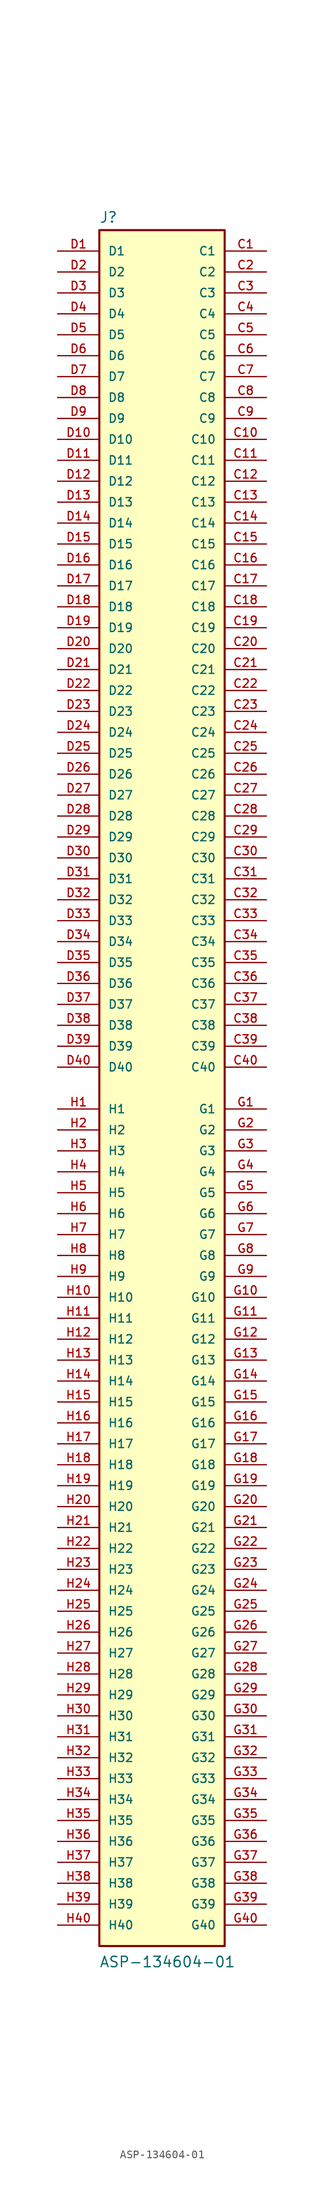
<source format=kicad_sym>
(kicad_symbol_lib
  (version 20231120)
  (generator "kicad_symbol_editor")
  (generator_version "8.0")
  (symbol "ASP-134604-01"
    (pin_names
      (offset 1.016))
    (property "Reference" "J"
      (at -7.632 104.939 0)
      (effects (font (size 1.27 1.27)) (justify left bottom)))
    (property "Value" "ASP-134604-01"
      (at -7.63 -106.813 0)
      (effects (font (size 1.27 1.27)) (justify left bottom)))
    (symbol "ASP-134604-01_0_0"
      (rectangle (start -7.62 -104.14) (end 7.62 104.14) (stroke (width 0.254) (type default)) (fill (type background)))
      (pin passive line (at 12.7 101.6 180) (length 5.08) (name "C1" (effects (font (size 1.016 1.016)))) (number "C1" (effects (font (size 1.016 1.016)))))
      (pin passive line (at 12.7 78.74 180) (length 5.08) (name "C10" (effects (font (size 1.016 1.016)))) (number "C10" (effects (font (size 1.016 1.016)))))
      (pin passive line (at 12.7 76.2 180) (length 5.08) (name "C11" (effects (font (size 1.016 1.016)))) (number "C11" (effects (font (size 1.016 1.016)))))
      (pin passive line (at 12.7 73.66 180) (length 5.08) (name "C12" (effects (font (size 1.016 1.016)))) (number "C12" (effects (font (size 1.016 1.016)))))
      (pin passive line (at 12.7 71.12 180) (length 5.08) (name "C13" (effects (font (size 1.016 1.016)))) (number "C13" (effects (font (size 1.016 1.016)))))
      (pin passive line (at 12.7 68.58 180) (length 5.08) (name "C14" (effects (font (size 1.016 1.016)))) (number "C14" (effects (font (size 1.016 1.016)))))
      (pin passive line (at 12.7 66.04 180) (length 5.08) (name "C15" (effects (font (size 1.016 1.016)))) (number "C15" (effects (font (size 1.016 1.016)))))
      (pin passive line (at 12.7 63.5 180) (length 5.08) (name "C16" (effects (font (size 1.016 1.016)))) (number "C16" (effects (font (size 1.016 1.016)))))
      (pin passive line (at 12.7 60.96 180) (length 5.08) (name "C17" (effects (font (size 1.016 1.016)))) (number "C17" (effects (font (size 1.016 1.016)))))
      (pin passive line (at 12.7 58.42 180) (length 5.08) (name "C18" (effects (font (size 1.016 1.016)))) (number "C18" (effects (font (size 1.016 1.016)))))
      (pin passive line (at 12.7 55.88 180) (length 5.08) (name "C19" (effects (font (size 1.016 1.016)))) (number "C19" (effects (font (size 1.016 1.016)))))
      (pin passive line (at 12.7 99.06 180) (length 5.08) (name "C2" (effects (font (size 1.016 1.016)))) (number "C2" (effects (font (size 1.016 1.016)))))
      (pin passive line (at 12.7 53.34 180) (length 5.08) (name "C20" (effects (font (size 1.016 1.016)))) (number "C20" (effects (font (size 1.016 1.016)))))
      (pin passive line (at 12.7 50.8 180) (length 5.08) (name "C21" (effects (font (size 1.016 1.016)))) (number "C21" (effects (font (size 1.016 1.016)))))
      (pin passive line (at 12.7 48.26 180) (length 5.08) (name "C22" (effects (font (size 1.016 1.016)))) (number "C22" (effects (font (size 1.016 1.016)))))
      (pin passive line (at 12.7 45.72 180) (length 5.08) (name "C23" (effects (font (size 1.016 1.016)))) (number "C23" (effects (font (size 1.016 1.016)))))
      (pin passive line (at 12.7 43.18 180) (length 5.08) (name "C24" (effects (font (size 1.016 1.016)))) (number "C24" (effects (font (size 1.016 1.016)))))
      (pin passive line (at 12.7 40.64 180) (length 5.08) (name "C25" (effects (font (size 1.016 1.016)))) (number "C25" (effects (font (size 1.016 1.016)))))
      (pin passive line (at 12.7 38.1 180) (length 5.08) (name "C26" (effects (font (size 1.016 1.016)))) (number "C26" (effects (font (size 1.016 1.016)))))
      (pin passive line (at 12.7 35.56 180) (length 5.08) (name "C27" (effects (font (size 1.016 1.016)))) (number "C27" (effects (font (size 1.016 1.016)))))
      (pin passive line (at 12.7 33.02 180) (length 5.08) (name "C28" (effects (font (size 1.016 1.016)))) (number "C28" (effects (font (size 1.016 1.016)))))
      (pin passive line (at 12.7 30.48 180) (length 5.08) (name "C29" (effects (font (size 1.016 1.016)))) (number "C29" (effects (font (size 1.016 1.016)))))
      (pin passive line (at 12.7 96.52 180) (length 5.08) (name "C3" (effects (font (size 1.016 1.016)))) (number "C3" (effects (font (size 1.016 1.016)))))
      (pin passive line (at 12.7 27.94 180) (length 5.08) (name "C30" (effects (font (size 1.016 1.016)))) (number "C30" (effects (font (size 1.016 1.016)))))
      (pin passive line (at 12.7 25.4 180) (length 5.08) (name "C31" (effects (font (size 1.016 1.016)))) (number "C31" (effects (font (size 1.016 1.016)))))
      (pin passive line (at 12.7 22.86 180) (length 5.08) (name "C32" (effects (font (size 1.016 1.016)))) (number "C32" (effects (font (size 1.016 1.016)))))
      (pin passive line (at 12.7 20.32 180) (length 5.08) (name "C33" (effects (font (size 1.016 1.016)))) (number "C33" (effects (font (size 1.016 1.016)))))
      (pin passive line (at 12.7 17.78 180) (length 5.08) (name "C34" (effects (font (size 1.016 1.016)))) (number "C34" (effects (font (size 1.016 1.016)))))
      (pin passive line (at 12.7 15.24 180) (length 5.08) (name "C35" (effects (font (size 1.016 1.016)))) (number "C35" (effects (font (size 1.016 1.016)))))
      (pin passive line (at 12.7 12.7 180) (length 5.08) (name "C36" (effects (font (size 1.016 1.016)))) (number "C36" (effects (font (size 1.016 1.016)))))
      (pin passive line (at 12.7 10.16 180) (length 5.08) (name "C37" (effects (font (size 1.016 1.016)))) (number "C37" (effects (font (size 1.016 1.016)))))
      (pin passive line (at 12.7 7.62 180) (length 5.08) (name "C38" (effects (font (size 1.016 1.016)))) (number "C38" (effects (font (size 1.016 1.016)))))
      (pin passive line (at 12.7 5.08 180) (length 5.08) (name "C39" (effects (font (size 1.016 1.016)))) (number "C39" (effects (font (size 1.016 1.016)))))
      (pin passive line (at 12.7 93.98 180) (length 5.08) (name "C4" (effects (font (size 1.016 1.016)))) (number "C4" (effects (font (size 1.016 1.016)))))
      (pin passive line (at 12.7 2.54 180) (length 5.08) (name "C40" (effects (font (size 1.016 1.016)))) (number "C40" (effects (font (size 1.016 1.016)))))
      (pin passive line (at 12.7 91.44 180) (length 5.08) (name "C5" (effects (font (size 1.016 1.016)))) (number "C5" (effects (font (size 1.016 1.016)))))
      (pin passive line (at 12.7 88.9 180) (length 5.08) (name "C6" (effects (font (size 1.016 1.016)))) (number "C6" (effects (font (size 1.016 1.016)))))
      (pin passive line (at 12.7 86.36 180) (length 5.08) (name "C7" (effects (font (size 1.016 1.016)))) (number "C7" (effects (font (size 1.016 1.016)))))
      (pin passive line (at 12.7 83.82 180) (length 5.08) (name "C8" (effects (font (size 1.016 1.016)))) (number "C8" (effects (font (size 1.016 1.016)))))
      (pin passive line (at 12.7 81.28 180) (length 5.08) (name "C9" (effects (font (size 1.016 1.016)))) (number "C9" (effects (font (size 1.016 1.016)))))
      (pin passive line (at -12.7 101.6 0) (length 5.08) (name "D1" (effects (font (size 1.016 1.016)))) (number "D1" (effects (font (size 1.016 1.016)))))
      (pin passive line (at -12.7 78.74 0) (length 5.08) (name "D10" (effects (font (size 1.016 1.016)))) (number "D10" (effects (font (size 1.016 1.016)))))
      (pin passive line (at -12.7 76.2 0) (length 5.08) (name "D11" (effects (font (size 1.016 1.016)))) (number "D11" (effects (font (size 1.016 1.016)))))
      (pin passive line (at -12.7 73.66 0) (length 5.08) (name "D12" (effects (font (size 1.016 1.016)))) (number "D12" (effects (font (size 1.016 1.016)))))
      (pin passive line (at -12.7 71.12 0) (length 5.08) (name "D13" (effects (font (size 1.016 1.016)))) (number "D13" (effects (font (size 1.016 1.016)))))
      (pin passive line (at -12.7 68.58 0) (length 5.08) (name "D14" (effects (font (size 1.016 1.016)))) (number "D14" (effects (font (size 1.016 1.016)))))
      (pin passive line (at -12.7 66.04 0) (length 5.08) (name "D15" (effects (font (size 1.016 1.016)))) (number "D15" (effects (font (size 1.016 1.016)))))
      (pin passive line (at -12.7 63.5 0) (length 5.08) (name "D16" (effects (font (size 1.016 1.016)))) (number "D16" (effects (font (size 1.016 1.016)))))
      (pin passive line (at -12.7 60.96 0) (length 5.08) (name "D17" (effects (font (size 1.016 1.016)))) (number "D17" (effects (font (size 1.016 1.016)))))
      (pin passive line (at -12.7 58.42 0) (length 5.08) (name "D18" (effects (font (size 1.016 1.016)))) (number "D18" (effects (font (size 1.016 1.016)))))
      (pin passive line (at -12.7 55.88 0) (length 5.08) (name "D19" (effects (font (size 1.016 1.016)))) (number "D19" (effects (font (size 1.016 1.016)))))
      (pin passive line (at -12.7 99.06 0) (length 5.08) (name "D2" (effects (font (size 1.016 1.016)))) (number "D2" (effects (font (size 1.016 1.016)))))
      (pin passive line (at -12.7 53.34 0) (length 5.08) (name "D20" (effects (font (size 1.016 1.016)))) (number "D20" (effects (font (size 1.016 1.016)))))
      (pin passive line (at -12.7 50.8 0) (length 5.08) (name "D21" (effects (font (size 1.016 1.016)))) (number "D21" (effects (font (size 1.016 1.016)))))
      (pin passive line (at -12.7 48.26 0) (length 5.08) (name "D22" (effects (font (size 1.016 1.016)))) (number "D22" (effects (font (size 1.016 1.016)))))
      (pin passive line (at -12.7 45.72 0) (length 5.08) (name "D23" (effects (font (size 1.016 1.016)))) (number "D23" (effects (font (size 1.016 1.016)))))
      (pin passive line (at -12.7 43.18 0) (length 5.08) (name "D24" (effects (font (size 1.016 1.016)))) (number "D24" (effects (font (size 1.016 1.016)))))
      (pin passive line (at -12.7 40.64 0) (length 5.08) (name "D25" (effects (font (size 1.016 1.016)))) (number "D25" (effects (font (size 1.016 1.016)))))
      (pin passive line (at -12.7 38.1 0) (length 5.08) (name "D26" (effects (font (size 1.016 1.016)))) (number "D26" (effects (font (size 1.016 1.016)))))
      (pin passive line (at -12.7 35.56 0) (length 5.08) (name "D27" (effects (font (size 1.016 1.016)))) (number "D27" (effects (font (size 1.016 1.016)))))
      (pin passive line (at -12.7 33.02 0) (length 5.08) (name "D28" (effects (font (size 1.016 1.016)))) (number "D28" (effects (font (size 1.016 1.016)))))
      (pin passive line (at -12.7 30.48 0) (length 5.08) (name "D29" (effects (font (size 1.016 1.016)))) (number "D29" (effects (font (size 1.016 1.016)))))
      (pin passive line (at -12.7 96.52 0) (length 5.08) (name "D3" (effects (font (size 1.016 1.016)))) (number "D3" (effects (font (size 1.016 1.016)))))
      (pin passive line (at -12.7 27.94 0) (length 5.08) (name "D30" (effects (font (size 1.016 1.016)))) (number "D30" (effects (font (size 1.016 1.016)))))
      (pin passive line (at -12.7 25.4 0) (length 5.08) (name "D31" (effects (font (size 1.016 1.016)))) (number "D31" (effects (font (size 1.016 1.016)))))
      (pin passive line (at -12.7 22.86 0) (length 5.08) (name "D32" (effects (font (size 1.016 1.016)))) (number "D32" (effects (font (size 1.016 1.016)))))
      (pin passive line (at -12.7 20.32 0) (length 5.08) (name "D33" (effects (font (size 1.016 1.016)))) (number "D33" (effects (font (size 1.016 1.016)))))
      (pin passive line (at -12.7 17.78 0) (length 5.08) (name "D34" (effects (font (size 1.016 1.016)))) (number "D34" (effects (font (size 1.016 1.016)))))
      (pin passive line (at -12.7 15.24 0) (length 5.08) (name "D35" (effects (font (size 1.016 1.016)))) (number "D35" (effects (font (size 1.016 1.016)))))
      (pin passive line (at -12.7 12.7 0) (length 5.08) (name "D36" (effects (font (size 1.016 1.016)))) (number "D36" (effects (font (size 1.016 1.016)))))
      (pin passive line (at -12.7 10.16 0) (length 5.08) (name "D37" (effects (font (size 1.016 1.016)))) (number "D37" (effects (font (size 1.016 1.016)))))
      (pin passive line (at -12.7 7.62 0) (length 5.08) (name "D38" (effects (font (size 1.016 1.016)))) (number "D38" (effects (font (size 1.016 1.016)))))
      (pin passive line (at -12.7 5.08 0) (length 5.08) (name "D39" (effects (font (size 1.016 1.016)))) (number "D39" (effects (font (size 1.016 1.016)))))
      (pin passive line (at -12.7 93.98 0) (length 5.08) (name "D4" (effects (font (size 1.016 1.016)))) (number "D4" (effects (font (size 1.016 1.016)))))
      (pin passive line (at -12.7 2.54 0) (length 5.08) (name "D40" (effects (font (size 1.016 1.016)))) (number "D40" (effects (font (size 1.016 1.016)))))
      (pin passive line (at -12.7 91.44 0) (length 5.08) (name "D5" (effects (font (size 1.016 1.016)))) (number "D5" (effects (font (size 1.016 1.016)))))
      (pin passive line (at -12.7 88.9 0) (length 5.08) (name "D6" (effects (font (size 1.016 1.016)))) (number "D6" (effects (font (size 1.016 1.016)))))
      (pin passive line (at -12.7 86.36 0) (length 5.08) (name "D7" (effects (font (size 1.016 1.016)))) (number "D7" (effects (font (size 1.016 1.016)))))
      (pin passive line (at -12.7 83.82 0) (length 5.08) (name "D8" (effects (font (size 1.016 1.016)))) (number "D8" (effects (font (size 1.016 1.016)))))
      (pin passive line (at -12.7 81.28 0) (length 5.08) (name "D9" (effects (font (size 1.016 1.016)))) (number "D9" (effects (font (size 1.016 1.016)))))
      (pin passive line (at 12.7 -2.54 180) (length 5.08) (name "G1" (effects (font (size 1.016 1.016)))) (number "G1" (effects (font (size 1.016 1.016)))))
      (pin passive line (at 12.7 -25.4 180) (length 5.08) (name "G10" (effects (font (size 1.016 1.016)))) (number "G10" (effects (font (size 1.016 1.016)))))
      (pin passive line (at 12.7 -27.94 180) (length 5.08) (name "G11" (effects (font (size 1.016 1.016)))) (number "G11" (effects (font (size 1.016 1.016)))))
      (pin passive line (at 12.7 -30.48 180) (length 5.08) (name "G12" (effects (font (size 1.016 1.016)))) (number "G12" (effects (font (size 1.016 1.016)))))
      (pin passive line (at 12.7 -33.02 180) (length 5.08) (name "G13" (effects (font (size 1.016 1.016)))) (number "G13" (effects (font (size 1.016 1.016)))))
      (pin passive line (at 12.7 -35.56 180) (length 5.08) (name "G14" (effects (font (size 1.016 1.016)))) (number "G14" (effects (font (size 1.016 1.016)))))
      (pin passive line (at 12.7 -38.1 180) (length 5.08) (name "G15" (effects (font (size 1.016 1.016)))) (number "G15" (effects (font (size 1.016 1.016)))))
      (pin passive line (at 12.7 -40.64 180) (length 5.08) (name "G16" (effects (font (size 1.016 1.016)))) (number "G16" (effects (font (size 1.016 1.016)))))
      (pin passive line (at 12.7 -43.18 180) (length 5.08) (name "G17" (effects (font (size 1.016 1.016)))) (number "G17" (effects (font (size 1.016 1.016)))))
      (pin passive line (at 12.7 -45.72 180) (length 5.08) (name "G18" (effects (font (size 1.016 1.016)))) (number "G18" (effects (font (size 1.016 1.016)))))
      (pin passive line (at 12.7 -48.26 180) (length 5.08) (name "G19" (effects (font (size 1.016 1.016)))) (number "G19" (effects (font (size 1.016 1.016)))))
      (pin passive line (at 12.7 -5.08 180) (length 5.08) (name "G2" (effects (font (size 1.016 1.016)))) (number "G2" (effects (font (size 1.016 1.016)))))
      (pin passive line (at 12.7 -50.8 180) (length 5.08) (name "G20" (effects (font (size 1.016 1.016)))) (number "G20" (effects (font (size 1.016 1.016)))))
      (pin passive line (at 12.7 -53.34 180) (length 5.08) (name "G21" (effects (font (size 1.016 1.016)))) (number "G21" (effects (font (size 1.016 1.016)))))
      (pin passive line (at 12.7 -55.88 180) (length 5.08) (name "G22" (effects (font (size 1.016 1.016)))) (number "G22" (effects (font (size 1.016 1.016)))))
      (pin passive line (at 12.7 -58.42 180) (length 5.08) (name "G23" (effects (font (size 1.016 1.016)))) (number "G23" (effects (font (size 1.016 1.016)))))
      (pin passive line (at 12.7 -60.96 180) (length 5.08) (name "G24" (effects (font (size 1.016 1.016)))) (number "G24" (effects (font (size 1.016 1.016)))))
      (pin passive line (at 12.7 -63.5 180) (length 5.08) (name "G25" (effects (font (size 1.016 1.016)))) (number "G25" (effects (font (size 1.016 1.016)))))
      (pin passive line (at 12.7 -66.04 180) (length 5.08) (name "G26" (effects (font (size 1.016 1.016)))) (number "G26" (effects (font (size 1.016 1.016)))))
      (pin passive line (at 12.7 -68.58 180) (length 5.08) (name "G27" (effects (font (size 1.016 1.016)))) (number "G27" (effects (font (size 1.016 1.016)))))
      (pin passive line (at 12.7 -71.12 180) (length 5.08) (name "G28" (effects (font (size 1.016 1.016)))) (number "G28" (effects (font (size 1.016 1.016)))))
      (pin passive line (at 12.7 -73.66 180) (length 5.08) (name "G29" (effects (font (size 1.016 1.016)))) (number "G29" (effects (font (size 1.016 1.016)))))
      (pin passive line (at 12.7 -7.62 180) (length 5.08) (name "G3" (effects (font (size 1.016 1.016)))) (number "G3" (effects (font (size 1.016 1.016)))))
      (pin passive line (at 12.7 -76.2 180) (length 5.08) (name "G30" (effects (font (size 1.016 1.016)))) (number "G30" (effects (font (size 1.016 1.016)))))
      (pin passive line (at 12.7 -78.74 180) (length 5.08) (name "G31" (effects (font (size 1.016 1.016)))) (number "G31" (effects (font (size 1.016 1.016)))))
      (pin passive line (at 12.7 -81.28 180) (length 5.08) (name "G32" (effects (font (size 1.016 1.016)))) (number "G32" (effects (font (size 1.016 1.016)))))
      (pin passive line (at 12.7 -83.82 180) (length 5.08) (name "G33" (effects (font (size 1.016 1.016)))) (number "G33" (effects (font (size 1.016 1.016)))))
      (pin passive line (at 12.7 -86.36 180) (length 5.08) (name "G34" (effects (font (size 1.016 1.016)))) (number "G34" (effects (font (size 1.016 1.016)))))
      (pin passive line (at 12.7 -88.9 180) (length 5.08) (name "G35" (effects (font (size 1.016 1.016)))) (number "G35" (effects (font (size 1.016 1.016)))))
      (pin passive line (at 12.7 -91.44 180) (length 5.08) (name "G36" (effects (font (size 1.016 1.016)))) (number "G36" (effects (font (size 1.016 1.016)))))
      (pin passive line (at 12.7 -93.98 180) (length 5.08) (name "G37" (effects (font (size 1.016 1.016)))) (number "G37" (effects (font (size 1.016 1.016)))))
      (pin passive line (at 12.7 -96.52 180) (length 5.08) (name "G38" (effects (font (size 1.016 1.016)))) (number "G38" (effects (font (size 1.016 1.016)))))
      (pin passive line (at 12.7 -99.06 180) (length 5.08) (name "G39" (effects (font (size 1.016 1.016)))) (number "G39" (effects (font (size 1.016 1.016)))))
      (pin passive line (at 12.7 -10.16 180) (length 5.08) (name "G4" (effects (font (size 1.016 1.016)))) (number "G4" (effects (font (size 1.016 1.016)))))
      (pin passive line (at 12.7 -101.6 180) (length 5.08) (name "G40" (effects (font (size 1.016 1.016)))) (number "G40" (effects (font (size 1.016 1.016)))))
      (pin passive line (at 12.7 -12.7 180) (length 5.08) (name "G5" (effects (font (size 1.016 1.016)))) (number "G5" (effects (font (size 1.016 1.016)))))
      (pin passive line (at 12.7 -15.24 180) (length 5.08) (name "G6" (effects (font (size 1.016 1.016)))) (number "G6" (effects (font (size 1.016 1.016)))))
      (pin passive line (at 12.7 -17.78 180) (length 5.08) (name "G7" (effects (font (size 1.016 1.016)))) (number "G7" (effects (font (size 1.016 1.016)))))
      (pin passive line (at 12.7 -20.32 180) (length 5.08) (name "G8" (effects (font (size 1.016 1.016)))) (number "G8" (effects (font (size 1.016 1.016)))))
      (pin passive line (at 12.7 -22.86 180) (length 5.08) (name "G9" (effects (font (size 1.016 1.016)))) (number "G9" (effects (font (size 1.016 1.016)))))
      (pin passive line (at -12.7 -2.54 0) (length 5.08) (name "H1" (effects (font (size 1.016 1.016)))) (number "H1" (effects (font (size 1.016 1.016)))))
      (pin passive line (at -12.7 -25.4 0) (length 5.08) (name "H10" (effects (font (size 1.016 1.016)))) (number "H10" (effects (font (size 1.016 1.016)))))
      (pin passive line (at -12.7 -27.94 0) (length 5.08) (name "H11" (effects (font (size 1.016 1.016)))) (number "H11" (effects (font (size 1.016 1.016)))))
      (pin passive line (at -12.7 -30.48 0) (length 5.08) (name "H12" (effects (font (size 1.016 1.016)))) (number "H12" (effects (font (size 1.016 1.016)))))
      (pin passive line (at -12.7 -33.02 0) (length 5.08) (name "H13" (effects (font (size 1.016 1.016)))) (number "H13" (effects (font (size 1.016 1.016)))))
      (pin passive line (at -12.7 -35.56 0) (length 5.08) (name "H14" (effects (font (size 1.016 1.016)))) (number "H14" (effects (font (size 1.016 1.016)))))
      (pin passive line (at -12.7 -38.1 0) (length 5.08) (name "H15" (effects (font (size 1.016 1.016)))) (number "H15" (effects (font (size 1.016 1.016)))))
      (pin passive line (at -12.7 -40.64 0) (length 5.08) (name "H16" (effects (font (size 1.016 1.016)))) (number "H16" (effects (font (size 1.016 1.016)))))
      (pin passive line (at -12.7 -43.18 0) (length 5.08) (name "H17" (effects (font (size 1.016 1.016)))) (number "H17" (effects (font (size 1.016 1.016)))))
      (pin passive line (at -12.7 -45.72 0) (length 5.08) (name "H18" (effects (font (size 1.016 1.016)))) (number "H18" (effects (font (size 1.016 1.016)))))
      (pin passive line (at -12.7 -48.26 0) (length 5.08) (name "H19" (effects (font (size 1.016 1.016)))) (number "H19" (effects (font (size 1.016 1.016)))))
      (pin passive line (at -12.7 -5.08 0) (length 5.08) (name "H2" (effects (font (size 1.016 1.016)))) (number "H2" (effects (font (size 1.016 1.016)))))
      (pin passive line (at -12.7 -50.8 0) (length 5.08) (name "H20" (effects (font (size 1.016 1.016)))) (number "H20" (effects (font (size 1.016 1.016)))))
      (pin passive line (at -12.7 -53.34 0) (length 5.08) (name "H21" (effects (font (size 1.016 1.016)))) (number "H21" (effects (font (size 1.016 1.016)))))
      (pin passive line (at -12.7 -55.88 0) (length 5.08) (name "H22" (effects (font (size 1.016 1.016)))) (number "H22" (effects (font (size 1.016 1.016)))))
      (pin passive line (at -12.7 -58.42 0) (length 5.08) (name "H23" (effects (font (size 1.016 1.016)))) (number "H23" (effects (font (size 1.016 1.016)))))
      (pin passive line (at -12.7 -60.96 0) (length 5.08) (name "H24" (effects (font (size 1.016 1.016)))) (number "H24" (effects (font (size 1.016 1.016)))))
      (pin passive line (at -12.7 -63.5 0) (length 5.08) (name "H25" (effects (font (size 1.016 1.016)))) (number "H25" (effects (font (size 1.016 1.016)))))
      (pin passive line (at -12.7 -66.04 0) (length 5.08) (name "H26" (effects (font (size 1.016 1.016)))) (number "H26" (effects (font (size 1.016 1.016)))))
      (pin passive line (at -12.7 -68.58 0) (length 5.08) (name "H27" (effects (font (size 1.016 1.016)))) (number "H27" (effects (font (size 1.016 1.016)))))
      (pin passive line (at -12.7 -71.12 0) (length 5.08) (name "H28" (effects (font (size 1.016 1.016)))) (number "H28" (effects (font (size 1.016 1.016)))))
      (pin passive line (at -12.7 -73.66 0) (length 5.08) (name "H29" (effects (font (size 1.016 1.016)))) (number "H29" (effects (font (size 1.016 1.016)))))
      (pin passive line (at -12.7 -7.62 0) (length 5.08) (name "H3" (effects (font (size 1.016 1.016)))) (number "H3" (effects (font (size 1.016 1.016)))))
      (pin passive line (at -12.7 -76.2 0) (length 5.08) (name "H30" (effects (font (size 1.016 1.016)))) (number "H30" (effects (font (size 1.016 1.016)))))
      (pin passive line (at -12.7 -78.74 0) (length 5.08) (name "H31" (effects (font (size 1.016 1.016)))) (number "H31" (effects (font (size 1.016 1.016)))))
      (pin passive line (at -12.7 -81.28 0) (length 5.08) (name "H32" (effects (font (size 1.016 1.016)))) (number "H32" (effects (font (size 1.016 1.016)))))
      (pin passive line (at -12.7 -83.82 0) (length 5.08) (name "H33" (effects (font (size 1.016 1.016)))) (number "H33" (effects (font (size 1.016 1.016)))))
      (pin passive line (at -12.7 -86.36 0) (length 5.08) (name "H34" (effects (font (size 1.016 1.016)))) (number "H34" (effects (font (size 1.016 1.016)))))
      (pin passive line (at -12.7 -88.9 0) (length 5.08) (name "H35" (effects (font (size 1.016 1.016)))) (number "H35" (effects (font (size 1.016 1.016)))))
      (pin passive line (at -12.7 -91.44 0) (length 5.08) (name "H36" (effects (font (size 1.016 1.016)))) (number "H36" (effects (font (size 1.016 1.016)))))
      (pin passive line (at -12.7 -93.98 0) (length 5.08) (name "H37" (effects (font (size 1.016 1.016)))) (number "H37" (effects (font (size 1.016 1.016)))))
      (pin passive line (at -12.7 -96.52 0) (length 5.08) (name "H38" (effects (font (size 1.016 1.016)))) (number "H38" (effects (font (size 1.016 1.016)))))
      (pin passive line (at -12.7 -99.06 0) (length 5.08) (name "H39" (effects (font (size 1.016 1.016)))) (number "H39" (effects (font (size 1.016 1.016)))))
      (pin passive line (at -12.7 -10.16 0) (length 5.08) (name "H4" (effects (font (size 1.016 1.016)))) (number "H4" (effects (font (size 1.016 1.016)))))
      (pin passive line (at -12.7 -101.6 0) (length 5.08) (name "H40" (effects (font (size 1.016 1.016)))) (number "H40" (effects (font (size 1.016 1.016)))))
      (pin passive line (at -12.7 -12.7 0) (length 5.08) (name "H5" (effects (font (size 1.016 1.016)))) (number "H5" (effects (font (size 1.016 1.016)))))
      (pin passive line (at -12.7 -15.24 0) (length 5.08) (name "H6" (effects (font (size 1.016 1.016)))) (number "H6" (effects (font (size 1.016 1.016)))))
      (pin passive line (at -12.7 -17.78 0) (length 5.08) (name "H7" (effects (font (size 1.016 1.016)))) (number "H7" (effects (font (size 1.016 1.016)))))
      (pin passive line (at -12.7 -20.32 0) (length 5.08) (name "H8" (effects (font (size 1.016 1.016)))) (number "H8" (effects (font (size 1.016 1.016)))))
      (pin passive line (at -12.7 -22.86 0) (length 5.08) (name "H9" (effects (font (size 1.016 1.016)))) (number "H9" (effects (font (size 1.016 1.016))))))))
</source>
